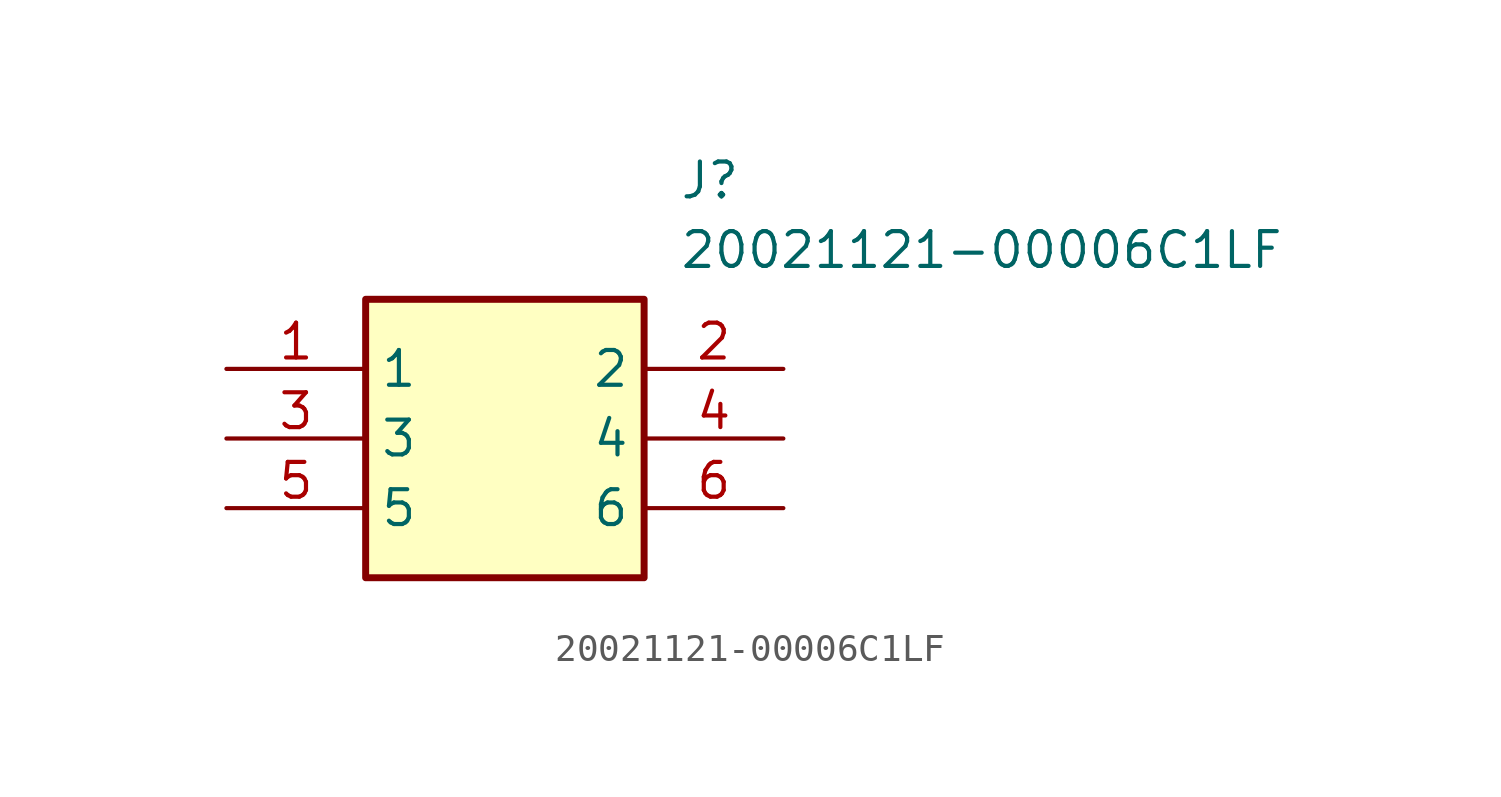
<source format=kicad_sym>
(kicad_symbol_lib
  (version 20211014)
  (generator SamacSys_ECAD_Model)
  (symbol "20021121-00006C1LF"
    (property "Reference" "J"
      (at 16.51 7.62 0)
      (effects (font (size 1.27 1.27)) (justify left top)))
    (property "Value" "20021121-00006C1LF"
      (at 16.51 5.08 0)
      (effects (font (size 1.27 1.27)) (justify left top)))
    (rectangle
      (start 5.08 2.54)
      (end 15.24 -7.62)
      (stroke (width 0.254) (type default))
      (fill (type background)))
    (pin passive line
      (at 0 0 0)
      (length 5.08)
      (name "1" (effects (font (size 1.27 1.27))))
      (number "1" (effects (font (size 1.27 1.27)))))
    (pin passive line
      (at 20.32 0 180)
      (length 5.08)
      (name "2" (effects (font (size 1.27 1.27))))
      (number "2" (effects (font (size 1.27 1.27)))))
    (pin passive line
      (at 0 -2.54 0)
      (length 5.08)
      (name "3" (effects (font (size 1.27 1.27))))
      (number "3" (effects (font (size 1.27 1.27)))))
    (pin passive line
      (at 20.32 -2.54 180)
      (length 5.08)
      (name "4" (effects (font (size 1.27 1.27))))
      (number "4" (effects (font (size 1.27 1.27)))))
    (pin passive line
      (at 0 -5.08 0)
      (length 5.08)
      (name "5" (effects (font (size 1.27 1.27))))
      (number "5" (effects (font (size 1.27 1.27)))))
    (pin passive line
      (at 20.32 -5.08 180)
      (length 5.08)
      (name "6" (effects (font (size 1.27 1.27))))
      (number "6" (effects (font (size 1.27 1.27)))))))
</source>
